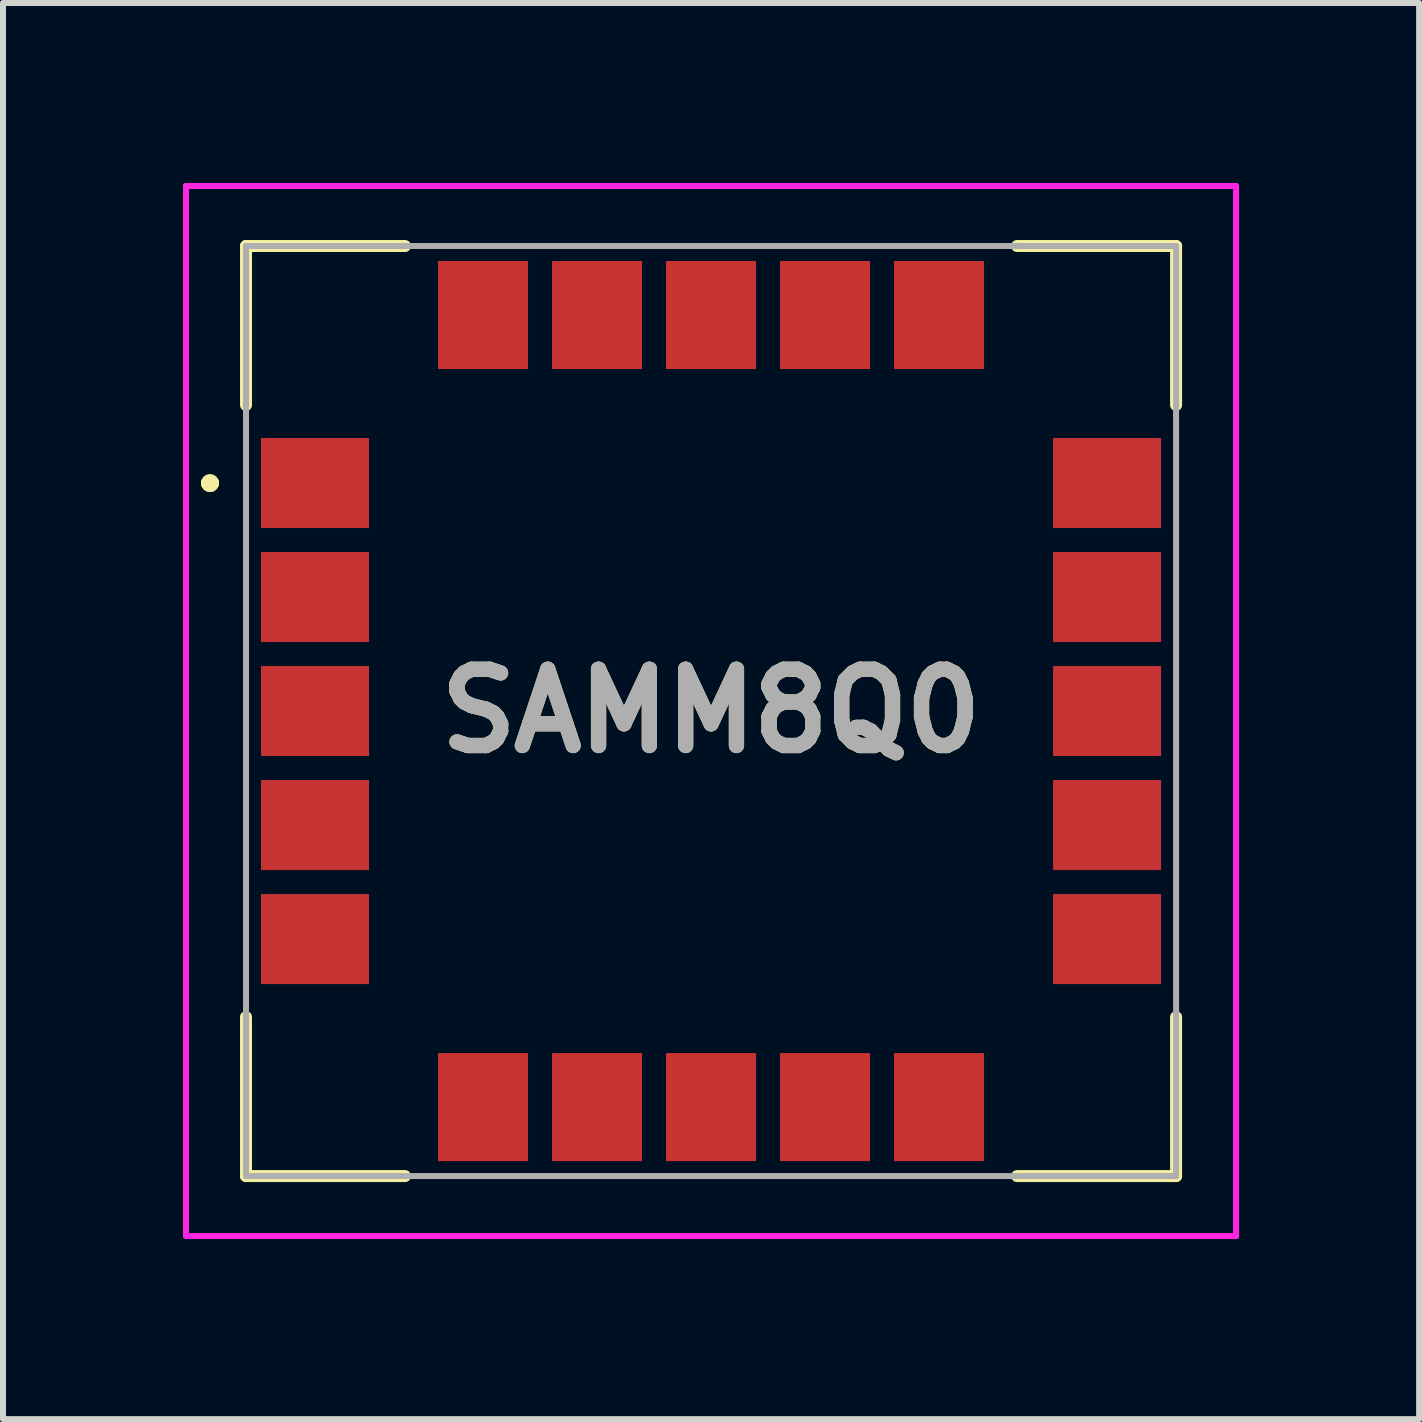
<source format=kicad_pcb>
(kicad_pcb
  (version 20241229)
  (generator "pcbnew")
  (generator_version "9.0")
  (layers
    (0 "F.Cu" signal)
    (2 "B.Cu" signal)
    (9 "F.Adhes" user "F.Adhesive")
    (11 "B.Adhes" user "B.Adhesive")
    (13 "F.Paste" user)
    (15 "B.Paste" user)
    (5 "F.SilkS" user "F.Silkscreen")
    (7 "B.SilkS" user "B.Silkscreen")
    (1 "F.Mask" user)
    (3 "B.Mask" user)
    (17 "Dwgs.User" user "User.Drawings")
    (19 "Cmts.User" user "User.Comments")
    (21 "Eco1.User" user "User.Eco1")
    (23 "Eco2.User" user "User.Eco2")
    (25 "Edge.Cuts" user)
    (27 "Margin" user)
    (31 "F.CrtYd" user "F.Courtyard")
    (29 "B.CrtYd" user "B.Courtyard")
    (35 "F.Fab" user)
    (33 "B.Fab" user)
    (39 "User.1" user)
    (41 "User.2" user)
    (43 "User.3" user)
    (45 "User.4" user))
  (footprint "SAMM8Q0"
    (layer "F.Cu")
    (at 8.8 8.8)
    (property "Reference" "SAMM8Q0" (at 0 0 0) (layer "F.SilkS") (effects (font (size 1.27 1.27) (thickness 0.254))))
    (attr smd)
    (fp_line (start -8.4 -3.8) (end -8.4 -3.8) (stroke (width 0.2) (type solid)) (layer "F.SilkS"))
    (fp_line (start -8.4 -3.8) (end -8.4 -3.8) (stroke (width 0.2) (type solid)) (layer "F.SilkS"))
    (fp_line (start -8.3 -3.8) (end -8.3 -3.8) (stroke (width 0.2) (type solid)) (layer "F.SilkS"))
    (fp_line (start -7.75 -7.75) (end -5.1 -7.75) (stroke (width 0.2) (type solid)) (layer "F.SilkS"))
    (fp_line (start -7.75 -5.1) (end -7.75 -7.75) (stroke (width 0.2) (type solid)) (layer "F.SilkS"))
    (fp_line (start -7.75 5.1) (end -7.75 7.75) (stroke (width 0.2) (type solid)) (layer "F.SilkS"))
    (fp_line (start -7.75 7.75) (end -5.1 7.75) (stroke (width 0.2) (type solid)) (layer "F.SilkS"))
    (fp_line (start 5.1 -7.75) (end 7.75 -7.75) (stroke (width 0.2) (type solid)) (layer "F.SilkS"))
    (fp_line (start 5.1 7.75) (end 7.75 7.75) (stroke (width 0.2) (type solid)) (layer "F.SilkS"))
    (fp_line (start 7.75 -7.75) (end 7.75 -5.1) (stroke (width 0.2) (type solid)) (layer "F.SilkS"))
    (fp_line (start 7.75 7.75) (end 7.75 5.1) (stroke (width 0.2) (type solid)) (layer "F.SilkS"))
    (fp_arc (start -8.4 -3.8) (mid -8.35 -3.85) (end -8.3 -3.8) (stroke (width 0.2) (type solid)) (layer "F.SilkS"))
    (fp_arc (start -8.3 -3.8) (mid -8.35 -3.75) (end -8.4 -3.8) (stroke (width 0.2) (type solid)) (layer "F.SilkS"))
    (fp_arc (start -8.3 -3.8) (mid -8.35 -3.75) (end -8.4 -3.8) (stroke (width 0.2) (type solid)) (layer "F.SilkS"))
    (fp_line (start -8.75 -8.75) (end 8.75 -8.75) (stroke (width 0.1) (type solid)) (layer "F.CrtYd"))
    (fp_line (start -8.75 8.75) (end -8.75 -8.75) (stroke (width 0.1) (type solid)) (layer "F.CrtYd"))
    (fp_line (start 8.75 -8.75) (end 8.75 8.75) (stroke (width 0.1) (type solid)) (layer "F.CrtYd"))
    (fp_line (start 8.75 8.75) (end -8.75 8.75) (stroke (width 0.1) (type solid)) (layer "F.CrtYd"))
    (fp_line (start -7.75 -7.75) (end -7.75 7.75) (stroke (width 0.1) (type solid)) (layer "F.Fab"))
    (fp_line (start -7.75 7.75) (end 7.75 7.75) (stroke (width 0.1) (type solid)) (layer "F.Fab"))
    (fp_line (start 7.75 -7.75) (end -7.75 -7.75) (stroke (width 0.1) (type solid)) (layer "F.Fab"))
    (fp_line (start 7.75 7.75) (end 7.75 -7.75) (stroke (width 0.1) (type solid)) (layer "F.Fab"))
    (fp_text user "${REFERENCE}" (at 0 0 0) (layer "F.Fab") (effects (font (size 1.27 1.27) (thickness 0.254))))
    (pad "1" smd rect (at -6.6 -3.8 90) (size 1.5 1.8) (layers "F.Cu" "F.Mask" "F.Paste"))
    (pad "2" smd rect (at -6.6 -1.9 90) (size 1.5 1.8) (layers "F.Cu" "F.Mask" "F.Paste"))
    (pad "3" smd rect (at -6.6 0 90) (size 1.5 1.8) (layers "F.Cu" "F.Mask" "F.Paste"))
    (pad "4" smd rect (at -6.6 1.9 90) (size 1.5 1.8) (layers "F.Cu" "F.Mask" "F.Paste"))
    (pad "5" smd rect (at -6.6 3.8 90) (size 1.5 1.8) (layers "F.Cu" "F.Mask" "F.Paste"))
    (pad "6" smd rect (at -3.8 6.6) (size 1.5 1.8) (layers "F.Cu" "F.Mask" "F.Paste"))
    (pad "7" smd rect (at -1.9 6.6) (size 1.5 1.8) (layers "F.Cu" "F.Mask" "F.Paste"))
    (pad "8" smd rect (at 0 6.6) (size 1.5 1.8) (layers "F.Cu" "F.Mask" "F.Paste"))
    (pad "9" smd rect (at 1.9 6.6) (size 1.5 1.8) (layers "F.Cu" "F.Mask" "F.Paste"))
    (pad "10" smd rect (at 3.8 6.6) (size 1.5 1.8) (layers "F.Cu" "F.Mask" "F.Paste"))
    (pad "11" smd rect (at 6.6 3.8 90) (size 1.5 1.8) (layers "F.Cu" "F.Mask" "F.Paste"))
    (pad "12" smd rect (at 6.6 1.9 90) (size 1.5 1.8) (layers "F.Cu" "F.Mask" "F.Paste"))
    (pad "13" smd rect (at 6.6 0 90) (size 1.5 1.8) (layers "F.Cu" "F.Mask" "F.Paste"))
    (pad "14" smd rect (at 6.6 -1.9 90) (size 1.5 1.8) (layers "F.Cu" "F.Mask" "F.Paste"))
    (pad "15" smd rect (at 6.6 -3.8 90) (size 1.5 1.8) (layers "F.Cu" "F.Mask" "F.Paste"))
    (pad "16" smd rect (at 3.8 -6.6) (size 1.5 1.8) (layers "F.Cu" "F.Mask" "F.Paste"))
    (pad "17" smd rect (at 1.9 -6.6) (size 1.5 1.8) (layers "F.Cu" "F.Mask" "F.Paste"))
    (pad "18" smd rect (at 0 -6.6) (size 1.5 1.8) (layers "F.Cu" "F.Mask" "F.Paste"))
    (pad "19" smd rect (at -1.9 -6.6) (size 1.5 1.8) (layers "F.Cu" "F.Mask" "F.Paste"))
    (pad "20" smd rect (at -3.8 -6.6) (size 1.5 1.8) (layers "F.Cu" "F.Mask" "F.Paste")))
  (gr_rect
    (start -3 -3)
    (end 20.6 20.6)
    (stroke (width 0.1) (type default))
    (fill no)
    (layer "Edge.Cuts")))
</source>
